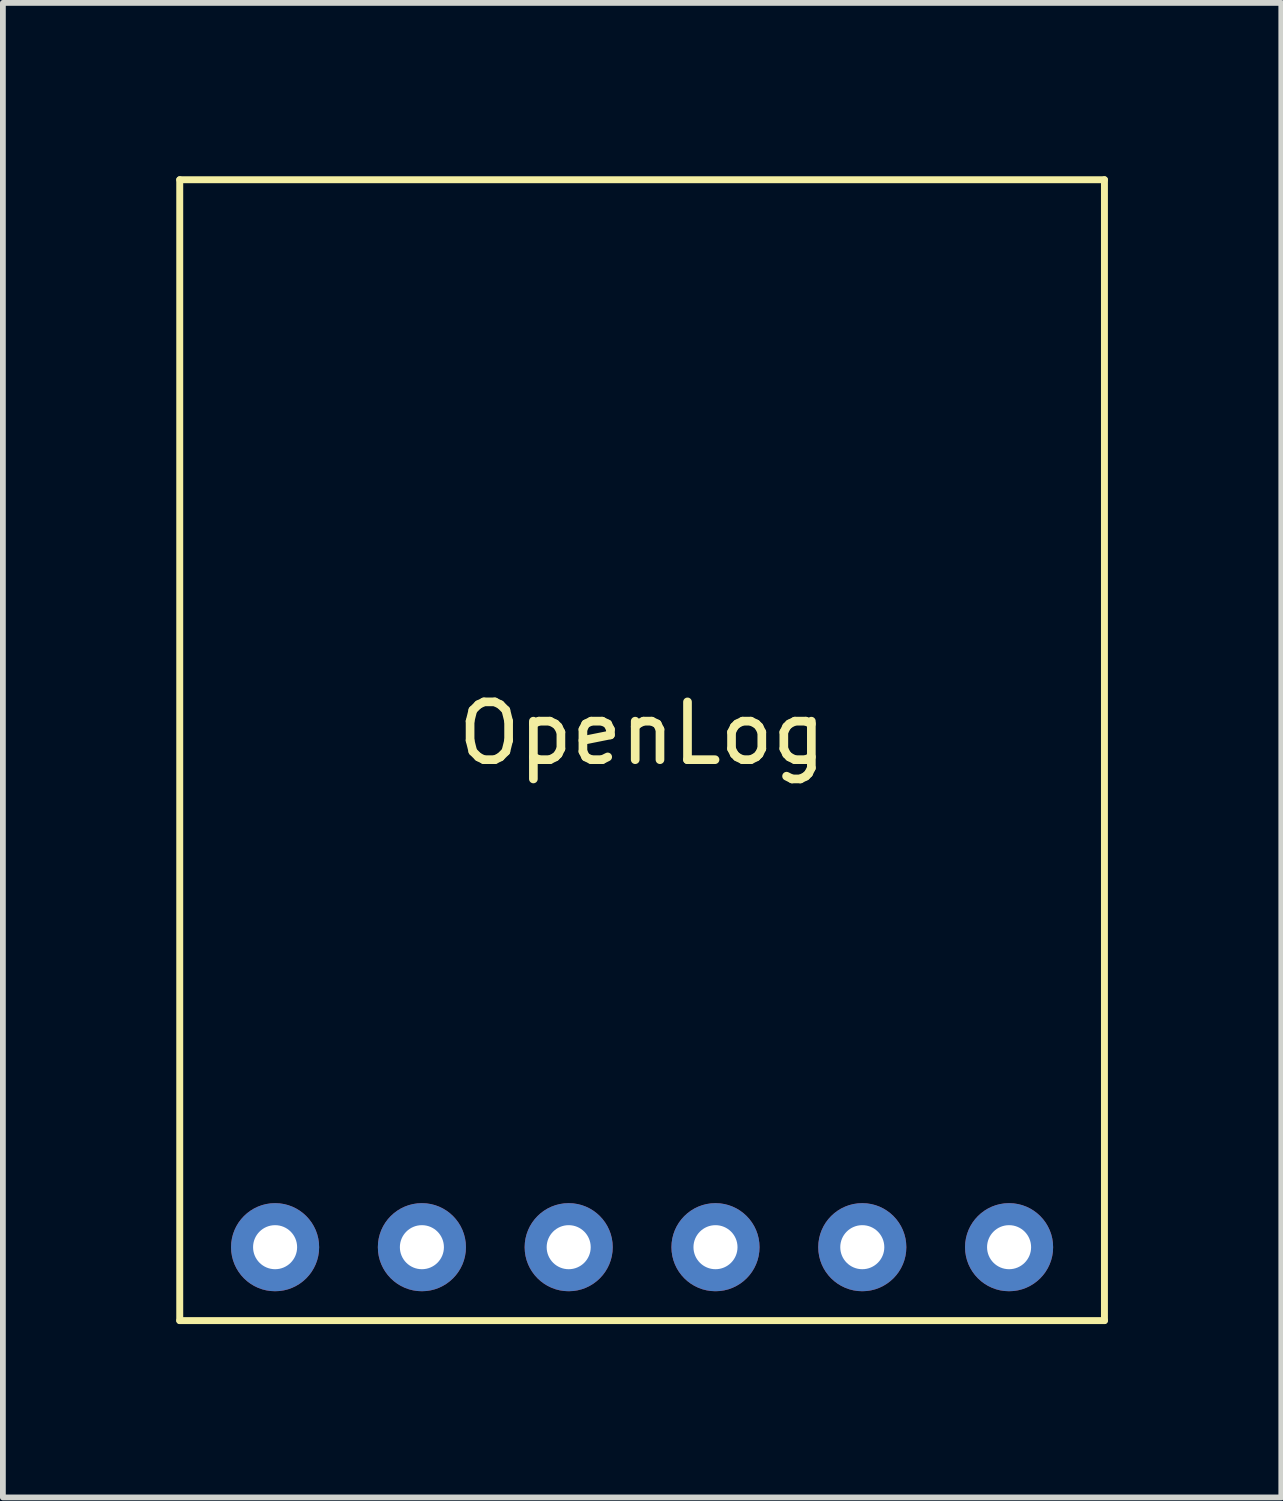
<source format=kicad_pcb>
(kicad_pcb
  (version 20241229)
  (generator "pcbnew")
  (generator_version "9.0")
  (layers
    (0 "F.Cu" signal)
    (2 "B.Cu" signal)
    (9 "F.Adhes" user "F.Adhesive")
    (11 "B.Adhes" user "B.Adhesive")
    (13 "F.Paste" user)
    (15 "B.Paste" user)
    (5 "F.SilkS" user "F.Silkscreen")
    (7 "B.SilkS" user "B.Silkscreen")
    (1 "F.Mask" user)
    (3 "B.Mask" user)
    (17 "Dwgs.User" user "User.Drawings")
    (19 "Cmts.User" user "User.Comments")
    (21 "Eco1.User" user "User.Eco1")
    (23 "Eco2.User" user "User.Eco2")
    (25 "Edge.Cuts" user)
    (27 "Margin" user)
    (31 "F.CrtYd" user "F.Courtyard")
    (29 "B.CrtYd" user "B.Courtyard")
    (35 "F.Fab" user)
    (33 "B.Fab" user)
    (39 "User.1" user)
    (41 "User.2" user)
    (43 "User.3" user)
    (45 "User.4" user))
  (footprint "OpenLog"
    (layer "F.Cu")
    (at 8.06 18.53)
    (property "Reference" "OpenLog" (at 0 -8.89 0) (layer "F.SilkS") (effects (font (size 1 1) (thickness 0.15))))
    (attr through_hole)
    (fp_line (start -8 -18.47) (end -8 1.27) (stroke (width 0.12) (type solid)) (layer "F.SilkS"))
    (fp_line (start -8 -18.47) (end 8 -18.47) (stroke (width 0.12) (type solid)) (layer "F.SilkS"))
    (fp_line (start -8 1.27) (end 8 1.27) (stroke (width 0.12) (type solid)) (layer "F.SilkS"))
    (fp_line (start 8 1.27) (end 8 -18.47) (stroke (width 0.12) (type solid)) (layer "F.SilkS"))
    (pad "1" thru_hole circle (at -6.35 0) (size 1.524 1.524) (drill 0.762) (layers "*.Cu" "*.Mask"))
    (pad "2" thru_hole circle (at -3.81 0) (size 1.524 1.524) (drill 0.762) (layers "*.Cu" "*.Mask"))
    (pad "3" thru_hole circle (at -1.27 0) (size 1.524 1.524) (drill 0.762) (layers "*.Cu" "*.Mask"))
    (pad "4" thru_hole circle (at 1.27 0) (size 1.524 1.524) (drill 0.762) (layers "*.Cu" "*.Mask"))
    (pad "5" thru_hole circle (at 3.81 0) (size 1.524 1.524) (drill 0.762) (layers "*.Cu" "*.Mask"))
    (pad "6" thru_hole circle (at 6.35 0) (size 1.524 1.524) (drill 0.762) (layers "*.Cu" "*.Mask")))
  (gr_rect
    (start -3 -3)
    (end 19.12 22.86)
    (stroke (width 0.1) (type default))
    (fill no)
    (layer "Edge.Cuts")))
</source>
